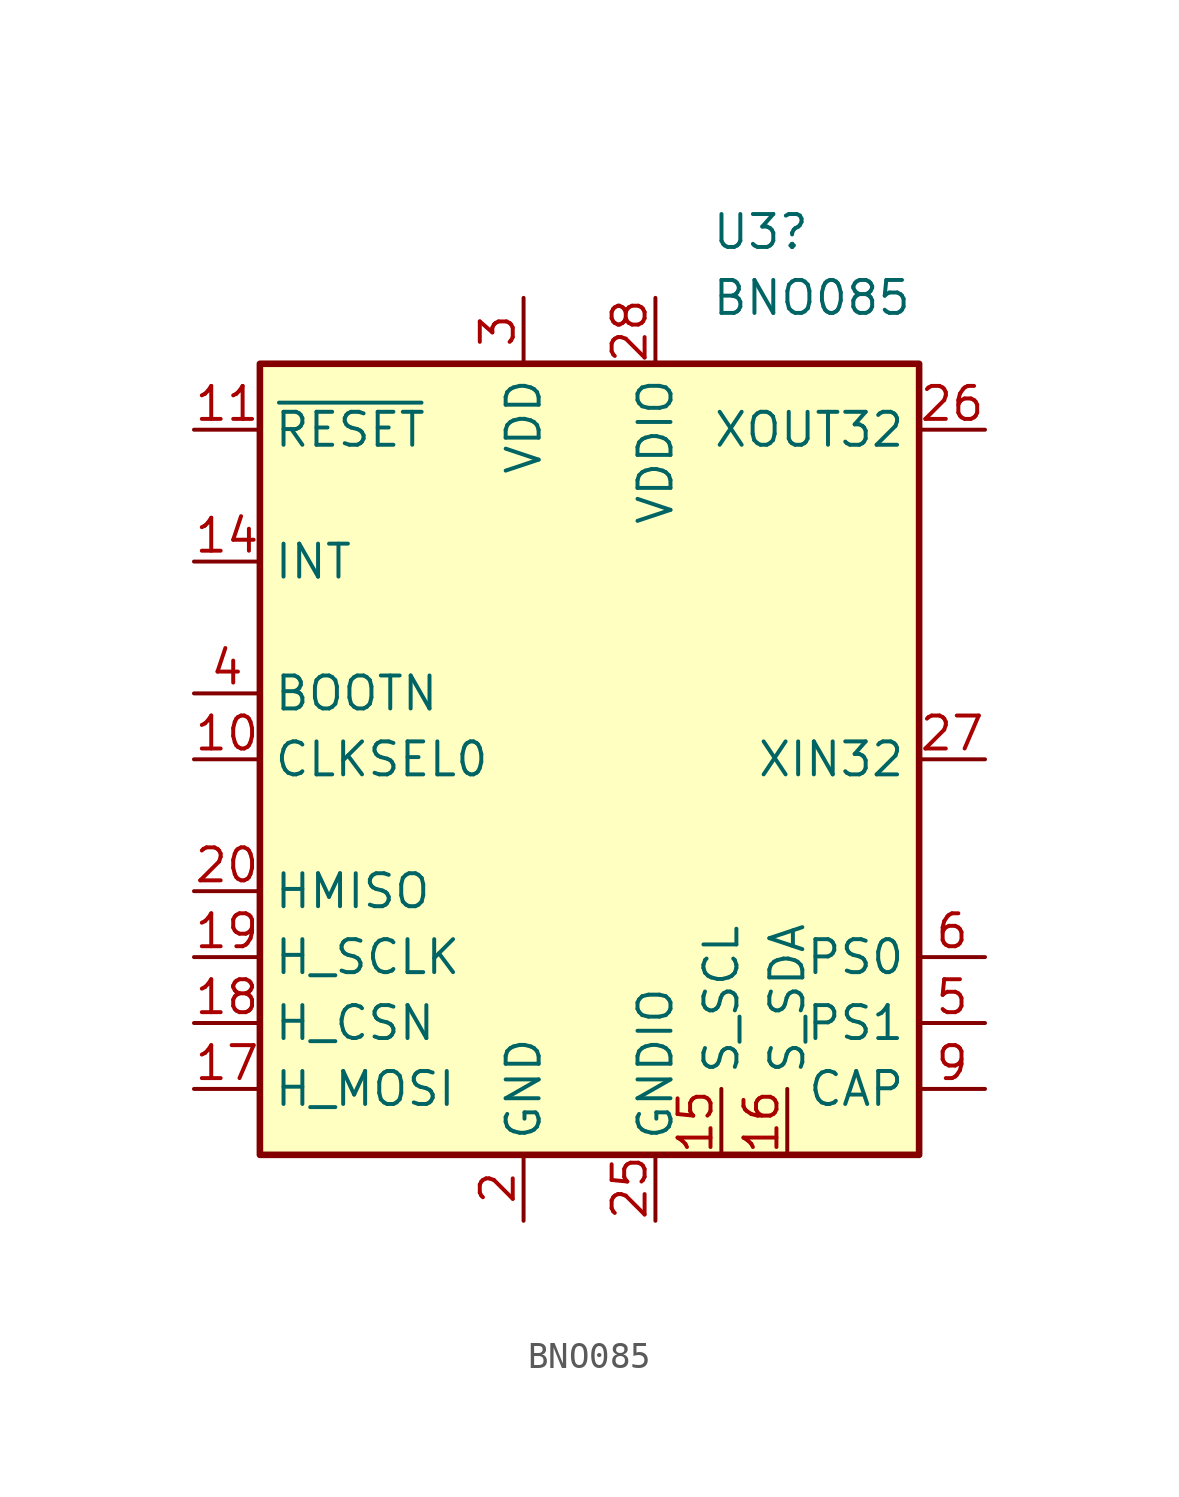
<source format=kicad_sym>
(kicad_symbol_lib
  (version 20241209)
  (generator "kicad_symbol_editor")
  (generator_version "9.0")
  (symbol "BNO085"
    (property "Reference" "U3"
      (at 4.683 20.32 0)
      (effects (font (size 1.27 1.27)) (justify left)))
    (property "Value" "BNO085"
      (at 4.683 17.78 0)
      (effects (font (size 1.27 1.27)) (justify left)))
    (symbol "BNO085_0_1"
      (rectangle (start -12.7 15.24) (end 12.7 -15.24) (stroke (width 0.254) (type default)) (fill (type background))))
    (symbol "BNO085_1_1"
      (pin input line (at -15.24 12.7 0) (length 2.54) (name "~{RESET}" (effects (font (size 1.27 1.27)))) (number "11" (effects (font (size 1.27 1.27)))))
      (pin output line (at -15.24 7.62 0) (length 2.54) (name "INT" (effects (font (size 1.27 1.27)))) (number "14" (effects (font (size 1.27 1.27)))))
      (pin input line (at -15.24 2.54 0) (length 2.54) (name "BOOTN" (effects (font (size 1.27 1.27)))) (number "4" (effects (font (size 1.27 1.27)))))
      (pin input line (at -15.24 0 0) (length 2.54) (name "CLKSEL0" (effects (font (size 1.27 1.27)))) (number "10" (effects (font (size 1.27 1.27)))))
      (pin bidirectional line (at -15.24 -5.08 0) (length 2.54) (name "HMISO" (effects (font (size 1.27 1.27)))) (number "20" (effects (font (size 1.27 1.27)))))
      (pin bidirectional line (at -15.24 -7.62 0) (length 2.54) (name "H_SCLK" (effects (font (size 1.27 1.27)))) (number "19" (effects (font (size 1.27 1.27)))))
      (pin passive line (at -15.24 -10.16 0) (length 2.54) (name "H_CSN" (effects (font (size 1.27 1.27)))) (number "18" (effects (font (size 1.27 1.27)))))
      (pin input line (at -15.24 -12.7 0) (length 2.54) (name "H_MOSI" (effects (font (size 1.27 1.27)))) (number "17" (effects (font (size 1.27 1.27)))))
      (pin no_connect line (at -12.7 10.16 0) (length 2.54) (hide yes) (name "PIN1" (effects (font (size 1.27 1.27)))) (number "1" (effects (font (size 1.27 1.27)))))
      (pin no_connect line (at -12.7 5.08 0) (length 2.54) (hide yes) (name "PIN7" (effects (font (size 1.27 1.27)))) (number "7" (effects (font (size 1.27 1.27)))))
      (pin no_connect line (at -12.7 -2.54 0) (length 2.54) (hide yes) (name "PIN8" (effects (font (size 1.27 1.27)))) (number "8" (effects (font (size 1.27 1.27)))))
      (pin power_in line (at -2.54 17.78 270) (length 2.54) (name "VDD" (effects (font (size 1.27 1.27)))) (number "3" (effects (font (size 1.27 1.27)))))
      (pin power_in line (at -2.54 -17.78 90) (length 2.54) (name "GND" (effects (font (size 1.27 1.27)))) (number "2" (effects (font (size 1.27 1.27)))))
      (pin power_in line (at 2.54 17.78 270) (length 2.54) (name "VDDIO" (effects (font (size 1.27 1.27)))) (number "28" (effects (font (size 1.27 1.27)))))
      (pin power_in line (at 2.54 -17.78 90) (length 2.54) (name "GNDIO" (effects (font (size 1.27 1.27)))) (number "25" (effects (font (size 1.27 1.27)))))
      (pin bidirectional line (at 5.08 -15.24 90) (length 2.54) (name "S_SCL" (effects (font (size 1.27 1.27)))) (number "15" (effects (font (size 1.27 1.27)))))
      (pin bidirectional line (at 7.62 -15.24 90) (length 2.54) (name "S_SDA" (effects (font (size 1.27 1.27)))) (number "16" (effects (font (size 1.27 1.27)))))
      (pin no_connect line (at 12.7 10.16 180) (length 2.54) (hide yes) (name "PIN12" (effects (font (size 1.27 1.27)))) (number "12" (effects (font (size 1.27 1.27)))))
      (pin no_connect line (at 12.7 7.62 180) (length 2.54) (hide yes) (name "PIN13" (effects (font (size 1.27 1.27)))) (number "13" (effects (font (size 1.27 1.27)))))
      (pin no_connect line (at 12.7 5.08 180) (length 2.54) (hide yes) (name "PIN21" (effects (font (size 1.27 1.27)))) (number "21" (effects (font (size 1.27 1.27)))))
      (pin no_connect line (at 12.7 2.54 180) (length 2.54) (hide yes) (name "PIN22" (effects (font (size 1.27 1.27)))) (number "22" (effects (font (size 1.27 1.27)))))
      (pin no_connect line (at 12.7 -2.54 180) (length 2.54) (hide yes) (name "PIN23" (effects (font (size 1.27 1.27)))) (number "23" (effects (font (size 1.27 1.27)))))
      (pin no_connect line (at 12.7 -5.08 180) (length 2.54) (hide yes) (name "PIN24" (effects (font (size 1.27 1.27)))) (number "24" (effects (font (size 1.27 1.27)))))
      (pin output line (at 15.24 12.7 180) (length 2.54) (name "XOUT32" (effects (font (size 1.27 1.27)))) (number "26" (effects (font (size 1.27 1.27)))))
      (pin input line (at 15.24 0 180) (length 2.54) (name "XIN32" (effects (font (size 1.27 1.27)))) (number "27" (effects (font (size 1.27 1.27)))))
      (pin input line (at 15.24 -7.62 180) (length 2.54) (name "PS0" (effects (font (size 1.27 1.27)))) (number "6" (effects (font (size 1.27 1.27)))))
      (pin input line (at 15.24 -10.16 180) (length 2.54) (name "PS1" (effects (font (size 1.27 1.27)))) (number "5" (effects (font (size 1.27 1.27)))))
      (pin passive line (at 15.24 -12.7 180) (length 2.54) (name "CAP" (effects (font (size 1.27 1.27)))) (number "9" (effects (font (size 1.27 1.27))))))))
</source>
